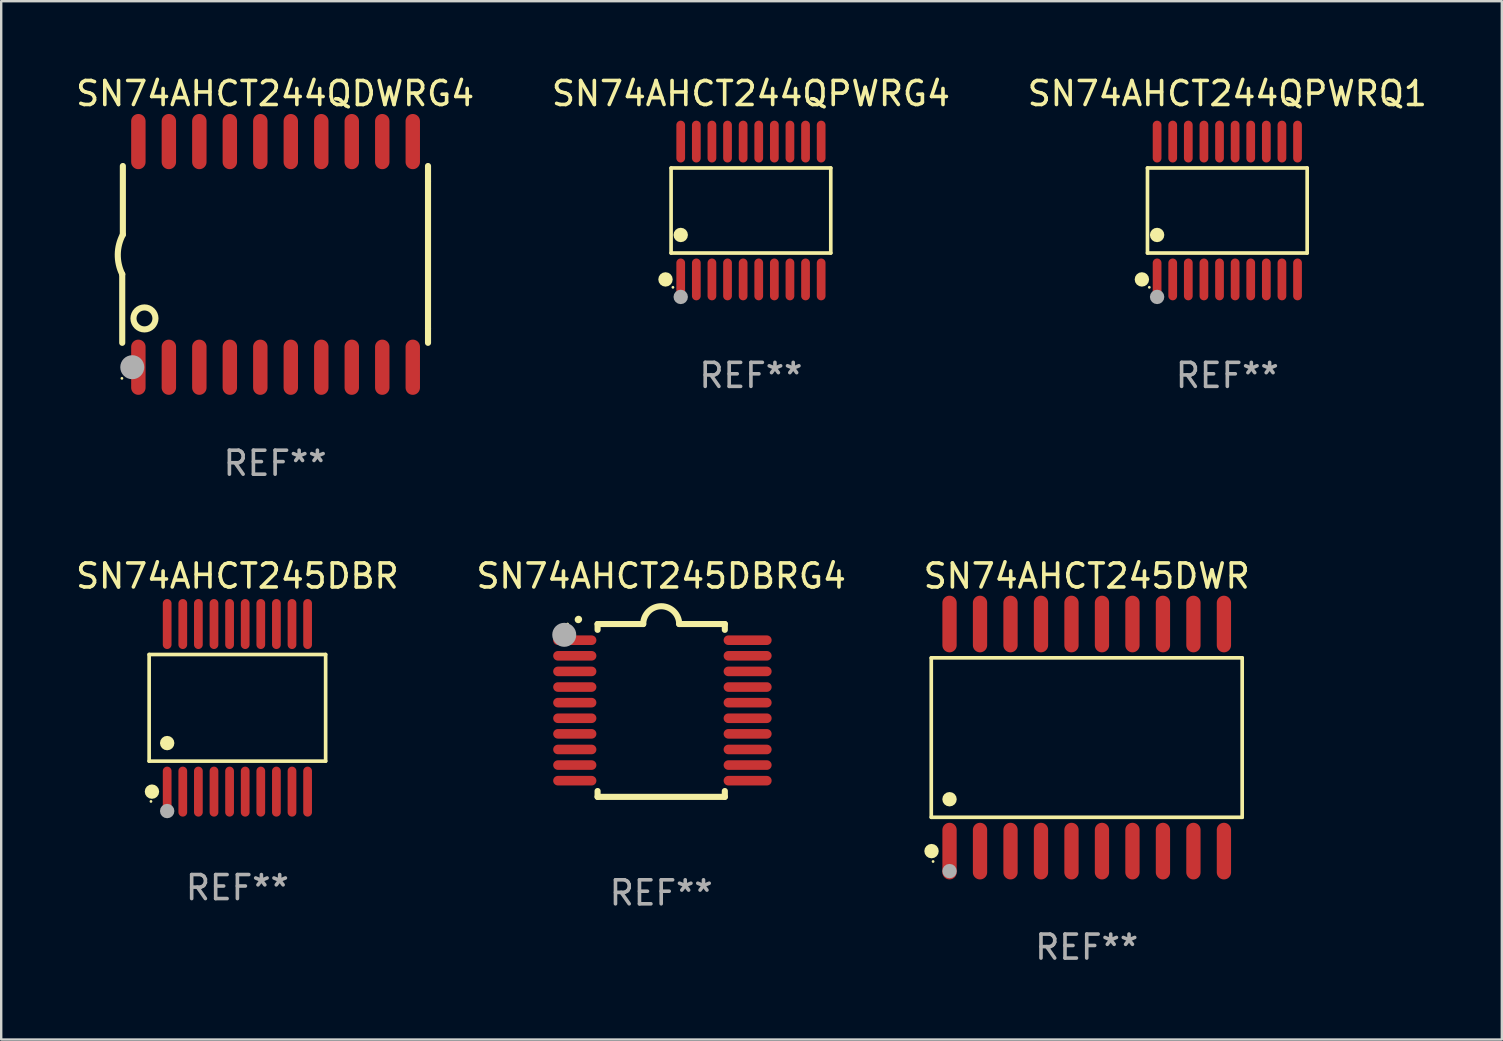
<source format=kicad_pcb>
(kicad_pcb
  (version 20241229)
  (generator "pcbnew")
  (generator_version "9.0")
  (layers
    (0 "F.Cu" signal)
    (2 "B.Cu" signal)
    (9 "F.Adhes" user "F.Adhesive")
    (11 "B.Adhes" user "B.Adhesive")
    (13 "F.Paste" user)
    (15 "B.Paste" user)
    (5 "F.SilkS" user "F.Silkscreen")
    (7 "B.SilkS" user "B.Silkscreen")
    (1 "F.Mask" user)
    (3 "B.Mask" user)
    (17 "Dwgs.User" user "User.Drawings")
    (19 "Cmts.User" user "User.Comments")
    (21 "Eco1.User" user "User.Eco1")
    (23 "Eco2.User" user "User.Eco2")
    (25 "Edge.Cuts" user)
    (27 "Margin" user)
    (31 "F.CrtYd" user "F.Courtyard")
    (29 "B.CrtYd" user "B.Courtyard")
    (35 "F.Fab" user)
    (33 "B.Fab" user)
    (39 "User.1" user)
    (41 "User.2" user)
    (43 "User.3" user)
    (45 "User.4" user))
  (footprint "SN74AHCT244QPWRG4"
    (layer "F.Cu")
    (at 28.232 5.719)
    (property "Reference" "SN74AHCT244QPWRG4" (at 0 -4.871 0) (layer "F.SilkS") (effects (font (size 1 1) (thickness 0.15))))
    (attr through_hole)
    (fp_line (start -3.326 -1.771) (end 3.326 -1.771) (stroke (width 0.152) (type solid)) (layer "F.SilkS"))
    (fp_line (start -3.326 1.771) (end -3.326 -1.771) (stroke (width 0.152) (type solid)) (layer "F.SilkS"))
    (fp_line (start 3.326 -1.771) (end 3.326 1.771) (stroke (width 0.152) (type solid)) (layer "F.SilkS"))
    (fp_line (start 3.326 1.771) (end -3.326 1.771) (stroke (width 0.152) (type solid)) (layer "F.SilkS"))
    (fp_circle (center -3.559 2.871) (end -3.409 2.871) (stroke (width 0.3) (type solid)) (fill no) (layer "F.SilkS"))
    (fp_circle (center -3.25 3.2) (end -3.22 3.2) (stroke (width 0.06) (type solid)) (fill no) (layer "F.SilkS"))
    (fp_circle (center -2.925 1.019) (end -2.775 1.019) (stroke (width 0.3) (type solid)) (fill no) (layer "F.SilkS"))
    (fp_circle (center -2.925 3.6) (end -2.775 3.6) (stroke (width 0.3) (type solid)) (fill no) (layer "F.Fab"))
    (fp_text user "REF**" (at 0 6.871 0) (layer "F.Fab") (effects (font (size 1 1) (thickness 0.15))))
    (pad "1" smd oval (at -2.925 2.871) (size 0.364 1.742) (layers "F.Cu" "F.Mask" "F.Paste"))
    (pad "2" smd oval (at -2.275 2.871) (size 0.364 1.742) (layers "F.Cu" "F.Mask" "F.Paste"))
    (pad "3" smd oval (at -1.625 2.871) (size 0.364 1.742) (layers "F.Cu" "F.Mask" "F.Paste"))
    (pad "4" smd oval (at -0.975 2.871) (size 0.364 1.742) (layers "F.Cu" "F.Mask" "F.Paste"))
    (pad "5" smd oval (at -0.325 2.871) (size 0.364 1.742) (layers "F.Cu" "F.Mask" "F.Paste"))
    (pad "6" smd oval (at 0.325 2.871) (size 0.364 1.742) (layers "F.Cu" "F.Mask" "F.Paste"))
    (pad "7" smd oval (at 0.975 2.871) (size 0.364 1.742) (layers "F.Cu" "F.Mask" "F.Paste"))
    (pad "8" smd oval (at 1.625 2.871) (size 0.364 1.742) (layers "F.Cu" "F.Mask" "F.Paste"))
    (pad "9" smd oval (at 2.275 2.871) (size 0.364 1.742) (layers "F.Cu" "F.Mask" "F.Paste"))
    (pad "10" smd oval (at 2.925 2.871) (size 0.364 1.742) (layers "F.Cu" "F.Mask" "F.Paste"))
    (pad "11" smd oval (at 2.925 -2.871) (size 0.364 1.742) (layers "F.Cu" "F.Mask" "F.Paste"))
    (pad "12" smd oval (at 2.275 -2.871) (size 0.364 1.742) (layers "F.Cu" "F.Mask" "F.Paste"))
    (pad "13" smd oval (at 1.625 -2.871) (size 0.364 1.742) (layers "F.Cu" "F.Mask" "F.Paste"))
    (pad "14" smd oval (at 0.975 -2.871) (size 0.364 1.742) (layers "F.Cu" "F.Mask" "F.Paste"))
    (pad "15" smd oval (at 0.325 -2.871) (size 0.364 1.742) (layers "F.Cu" "F.Mask" "F.Paste"))
    (pad "16" smd oval (at -0.325 -2.871) (size 0.364 1.742) (layers "F.Cu" "F.Mask" "F.Paste"))
    (pad "17" smd oval (at -0.975 -2.871) (size 0.364 1.742) (layers "F.Cu" "F.Mask" "F.Paste"))
    (pad "18" smd oval (at -1.625 -2.871) (size 0.364 1.742) (layers "F.Cu" "F.Mask" "F.Paste"))
    (pad "19" smd oval (at -2.275 -2.871) (size 0.364 1.742) (layers "F.Cu" "F.Mask" "F.Paste"))
    (pad "20" smd oval (at -2.925 -2.871) (size 0.364 1.742) (layers "F.Cu" "F.Mask" "F.Paste")))
  (footprint "SN74AHCT244QPWRQ1"
    (layer "F.Cu")
    (at 48.077 5.719)
    (property "Reference" "SN74AHCT244QPWRQ1" (at 0 -4.871 0) (layer "F.SilkS") (effects (font (size 1 1) (thickness 0.15))))
    (attr through_hole)
    (fp_line (start -3.326 -1.771) (end 3.326 -1.771) (stroke (width 0.152) (type solid)) (layer "F.SilkS"))
    (fp_line (start -3.326 1.771) (end -3.326 -1.771) (stroke (width 0.152) (type solid)) (layer "F.SilkS"))
    (fp_line (start 3.326 -1.771) (end 3.326 1.771) (stroke (width 0.152) (type solid)) (layer "F.SilkS"))
    (fp_line (start 3.326 1.771) (end -3.326 1.771) (stroke (width 0.152) (type solid)) (layer "F.SilkS"))
    (fp_circle (center -3.559 2.871) (end -3.409 2.871) (stroke (width 0.3) (type solid)) (fill no) (layer "F.SilkS"))
    (fp_circle (center -3.25 3.2) (end -3.22 3.2) (stroke (width 0.06) (type solid)) (fill no) (layer "F.SilkS"))
    (fp_circle (center -2.925 1.019) (end -2.775 1.019) (stroke (width 0.3) (type solid)) (fill no) (layer "F.SilkS"))
    (fp_circle (center -2.925 3.6) (end -2.775 3.6) (stroke (width 0.3) (type solid)) (fill no) (layer "F.Fab"))
    (fp_text user "REF**" (at 0 6.871 0) (layer "F.Fab") (effects (font (size 1 1) (thickness 0.15))))
    (pad "1" smd oval (at -2.925 2.871) (size 0.364 1.742) (layers "F.Cu" "F.Mask" "F.Paste"))
    (pad "2" smd oval (at -2.275 2.871) (size 0.364 1.742) (layers "F.Cu" "F.Mask" "F.Paste"))
    (pad "3" smd oval (at -1.625 2.871) (size 0.364 1.742) (layers "F.Cu" "F.Mask" "F.Paste"))
    (pad "4" smd oval (at -0.975 2.871) (size 0.364 1.742) (layers "F.Cu" "F.Mask" "F.Paste"))
    (pad "5" smd oval (at -0.325 2.871) (size 0.364 1.742) (layers "F.Cu" "F.Mask" "F.Paste"))
    (pad "6" smd oval (at 0.325 2.871) (size 0.364 1.742) (layers "F.Cu" "F.Mask" "F.Paste"))
    (pad "7" smd oval (at 0.975 2.871) (size 0.364 1.742) (layers "F.Cu" "F.Mask" "F.Paste"))
    (pad "8" smd oval (at 1.625 2.871) (size 0.364 1.742) (layers "F.Cu" "F.Mask" "F.Paste"))
    (pad "9" smd oval (at 2.275 2.871) (size 0.364 1.742) (layers "F.Cu" "F.Mask" "F.Paste"))
    (pad "10" smd oval (at 2.925 2.871) (size 0.364 1.742) (layers "F.Cu" "F.Mask" "F.Paste"))
    (pad "11" smd oval (at 2.925 -2.871) (size 0.364 1.742) (layers "F.Cu" "F.Mask" "F.Paste"))
    (pad "12" smd oval (at 2.275 -2.871) (size 0.364 1.742) (layers "F.Cu" "F.Mask" "F.Paste"))
    (pad "13" smd oval (at 1.625 -2.871) (size 0.364 1.742) (layers "F.Cu" "F.Mask" "F.Paste"))
    (pad "14" smd oval (at 0.975 -2.871) (size 0.364 1.742) (layers "F.Cu" "F.Mask" "F.Paste"))
    (pad "15" smd oval (at 0.325 -2.871) (size 0.364 1.742) (layers "F.Cu" "F.Mask" "F.Paste"))
    (pad "16" smd oval (at -0.325 -2.871) (size 0.364 1.742) (layers "F.Cu" "F.Mask" "F.Paste"))
    (pad "17" smd oval (at -0.975 -2.871) (size 0.364 1.742) (layers "F.Cu" "F.Mask" "F.Paste"))
    (pad "18" smd oval (at -1.625 -2.871) (size 0.364 1.742) (layers "F.Cu" "F.Mask" "F.Paste"))
    (pad "19" smd oval (at -2.275 -2.871) (size 0.364 1.742) (layers "F.Cu" "F.Mask" "F.Paste"))
    (pad "20" smd oval (at -2.925 -2.871) (size 0.364 1.742) (layers "F.Cu" "F.Mask" "F.Paste")))
  (footprint "SN74AHCT244QDWRG4"
    (layer "F.Cu")
    (at 8.411 7.548)
    (property "Reference" "SN74AHCT244QDWRG4" (at 0 -6.7 0) (layer "F.SilkS") (effects (font (size 1 1) (thickness 0.15))))
    (attr through_hole)
    (fp_line (start -6.369 0.826) (end -6.369 3.683) (stroke (width 0.254) (type solid)) (layer "F.SilkS"))
    (fp_line (start -6.343 -0.825) (end -6.343 -3.683) (stroke (width 0.254) (type solid)) (layer "F.SilkS"))
    (fp_line (start 6.369 -3.048) (end 6.369 -3.683) (stroke (width 0.254) (type solid)) (layer "F.SilkS"))
    (fp_line (start 6.369 -3.048) (end 6.369 3.096) (stroke (width 0.254) (type solid)) (layer "F.SilkS"))
    (fp_line (start 6.369 3.096) (end 6.369 3.683) (stroke (width 0.254) (type solid)) (layer "F.SilkS"))
    (fp_arc (start -6.36853 0.825552) (mid -6.554743 -0.00301) (end -6.343129 -0.825451) (stroke (width 0.254001) (type solid)) (layer "F.SilkS"))
    (fp_circle (center -6.382 5.163) (end -6.352 5.163) (stroke (width 0.06) (type solid)) (fill no) (layer "F.SilkS"))
    (fp_circle (center -5.443 2.667) (end -4.985 2.667) (stroke (width 0.254) (type solid)) (fill no) (layer "F.SilkS"))
    (fp_circle (center -5.951 4.699) (end -5.701 4.699) (stroke (width 0.5) (type solid)) (fill no) (layer "F.Fab"))
    (fp_text user "REF**" (at 0 8.7 0) (layer "F.Fab") (effects (font (size 1 1) (thickness 0.15))))
    (pad "1" smd oval (at -5.697 4.7 180) (size 0.6 2.3) (layers "F.Cu" "F.Mask" "F.Paste"))
    (pad "2" smd oval (at -4.427 4.7 180) (size 0.6 2.3) (layers "F.Cu" "F.Mask" "F.Paste"))
    (pad "3" smd oval (at -3.157 4.7 180) (size 0.6 2.3) (layers "F.Cu" "F.Mask" "F.Paste"))
    (pad "4" smd oval (at -1.887 4.7 180) (size 0.6 2.3) (layers "F.Cu" "F.Mask" "F.Paste"))
    (pad "5" smd oval (at -0.617 4.7 180) (size 0.6 2.3) (layers "F.Cu" "F.Mask" "F.Paste"))
    (pad "6" smd oval (at 0.653 4.7 180) (size 0.6 2.3) (layers "F.Cu" "F.Mask" "F.Paste"))
    (pad "7" smd oval (at 1.923 4.7 180) (size 0.6 2.3) (layers "F.Cu" "F.Mask" "F.Paste"))
    (pad "8" smd oval (at 3.193 4.7 180) (size 0.6 2.3) (layers "F.Cu" "F.Mask" "F.Paste"))
    (pad "9" smd oval (at 4.463 4.7 180) (size 0.6 2.3) (layers "F.Cu" "F.Mask" "F.Paste"))
    (pad "10" smd oval (at 5.734 4.7 180) (size 0.6 2.3) (layers "F.Cu" "F.Mask" "F.Paste"))
    (pad "11" smd oval (at 5.734 -4.7 180) (size 0.6 2.3) (layers "F.Cu" "F.Mask" "F.Paste"))
    (pad "12" smd oval (at 4.463 -4.7 180) (size 0.6 2.3) (layers "F.Cu" "F.Mask" "F.Paste"))
    (pad "13" smd oval (at 3.193 -4.7 180) (size 0.6 2.3) (layers "F.Cu" "F.Mask" "F.Paste"))
    (pad "14" smd oval (at 1.923 -4.7 180) (size 0.6 2.3) (layers "F.Cu" "F.Mask" "F.Paste"))
    (pad "15" smd oval (at 0.653 -4.7 180) (size 0.6 2.3) (layers "F.Cu" "F.Mask" "F.Paste"))
    (pad "16" smd oval (at -0.617 -4.7 180) (size 0.6 2.3) (layers "F.Cu" "F.Mask" "F.Paste"))
    (pad "17" smd oval (at -1.887 -4.7 180) (size 0.6 2.3) (layers "F.Cu" "F.Mask" "F.Paste"))
    (pad "18" smd oval (at -3.157 -4.7 180) (size 0.6 2.3) (layers "F.Cu" "F.Mask" "F.Paste"))
    (pad "19" smd oval (at -4.427 -4.7 180) (size 0.6 2.3) (layers "F.Cu" "F.Mask" "F.Paste"))
    (pad "20" smd oval (at -5.697 -4.7 180) (size 0.6 2.3) (layers "F.Cu" "F.Mask" "F.Paste")))
  (footprint "SN74AHCT245DBRG4"
    (layer "F.Cu")
    (at 24.494 26.545)
    (property "Reference" "SN74AHCT245DBRG4" (at 0 -5.6 0) (layer "F.SilkS") (effects (font (size 1 1) (thickness 0.15))))
    (attr through_hole)
    (fp_line (start -2.65 -3.6) (end -2.65 -3.357) (stroke (width 0.254) (type solid)) (layer "F.SilkS"))
    (fp_line (start -2.65 -3.6) (end -0.75 -3.6) (stroke (width 0.254) (type solid)) (layer "F.SilkS"))
    (fp_line (start -2.65 3.357) (end -2.65 3.6) (stroke (width 0.254) (type solid)) (layer "F.SilkS"))
    (fp_line (start 2.65 -3.6) (end 0.75 -3.6) (stroke (width 0.254) (type solid)) (layer "F.SilkS"))
    (fp_line (start 2.65 -3.6) (end 2.65 -3.357) (stroke (width 0.254) (type solid)) (layer "F.SilkS"))
    (fp_line (start 2.65 3.357) (end 2.65 3.6) (stroke (width 0.254) (type solid)) (layer "F.SilkS"))
    (fp_line (start 2.65 3.6) (end -2.65 3.6) (stroke (width 0.254) (type solid)) (layer "F.SilkS"))
    (fp_arc (start -3.454407 -3.784608) (mid -3.449499 -3.78986) (end -3.444247 -3.794768) (stroke (width 0.3) (type solid)) (layer "F.SilkS"))
    (fp_arc (start -0.749301 -3.599186) (mid -0.000051 -4.348844) (end 0.750013 -3.6) (stroke (width 0.254001) (type solid)) (layer "F.SilkS"))
    (fp_circle (center -3.9 -3.6) (end -3.87 -3.6) (stroke (width 0.06) (type solid)) (fill no) (layer "F.SilkS"))
    (fp_circle (center -4.039 -3.15) (end -3.789 -3.15) (stroke (width 0.5) (type solid)) (fill no) (layer "F.Fab"))
    (fp_text user "REF**" (at 0 7.6 0) (layer "F.Fab") (effects (font (size 1 1) (thickness 0.15))))
    (pad "1" smd oval (at -3.6 -2.926 90) (size 0.4 1.8) (layers "F.Cu" "F.Mask" "F.Paste"))
    (pad "2" smd oval (at -3.6 -2.276 90) (size 0.4 1.8) (layers "F.Cu" "F.Mask" "F.Paste"))
    (pad "3" smd oval (at -3.6 -1.626 90) (size 0.4 1.8) (layers "F.Cu" "F.Mask" "F.Paste"))
    (pad "4" smd oval (at -3.6 -0.975 90) (size 0.4 1.8) (layers "F.Cu" "F.Mask" "F.Paste"))
    (pad "5" smd oval (at -3.6 -0.325 90) (size 0.4 1.8) (layers "F.Cu" "F.Mask" "F.Paste"))
    (pad "6" smd oval (at -3.6 0.325 90) (size 0.4 1.8) (layers "F.Cu" "F.Mask" "F.Paste"))
    (pad "7" smd oval (at -3.6 0.975 90) (size 0.4 1.8) (layers "F.Cu" "F.Mask" "F.Paste"))
    (pad "8" smd oval (at -3.6 1.626 90) (size 0.4 1.8) (layers "F.Cu" "F.Mask" "F.Paste"))
    (pad "9" smd oval (at -3.6 2.276 90) (size 0.4 1.8) (layers "F.Cu" "F.Mask" "F.Paste"))
    (pad "10" smd oval (at -3.6 2.926 90) (size 0.4 1.8) (layers "F.Cu" "F.Mask" "F.Paste"))
    (pad "11" smd oval (at 3.6 2.926 90) (size 0.4 2) (layers "F.Cu" "F.Mask" "F.Paste"))
    (pad "12" smd oval (at 3.6 2.276 90) (size 0.4 2) (layers "F.Cu" "F.Mask" "F.Paste"))
    (pad "13" smd oval (at 3.6 1.626 90) (size 0.4 2) (layers "F.Cu" "F.Mask" "F.Paste"))
    (pad "14" smd oval (at 3.6 0.975 90) (size 0.4 2) (layers "F.Cu" "F.Mask" "F.Paste"))
    (pad "15" smd oval (at 3.6 0.325 90) (size 0.4 2) (layers "F.Cu" "F.Mask" "F.Paste"))
    (pad "16" smd oval (at 3.6 -0.325 90) (size 0.4 2) (layers "F.Cu" "F.Mask" "F.Paste"))
    (pad "17" smd oval (at 3.6 -0.975 90) (size 0.4 2) (layers "F.Cu" "F.Mask" "F.Paste"))
    (pad "18" smd oval (at 3.6 -1.626 90) (size 0.4 2) (layers "F.Cu" "F.Mask" "F.Paste"))
    (pad "19" smd oval (at 3.6 -2.276 90) (size 0.4 2) (layers "F.Cu" "F.Mask" "F.Paste"))
    (pad "20" smd oval (at 3.6 -2.926 90) (size 0.4 2) (layers "F.Cu" "F.Mask" "F.Paste")))
  (footprint "SN74AHCT245DBR"
    (layer "F.Cu")
    (at 6.839 26.436)
    (property "Reference" "SN74AHCT245DBR" (at 0 -5.491 0) (layer "F.SilkS") (effects (font (size 1 1) (thickness 0.15))))
    (attr through_hole)
    (fp_line (start -3.676 -2.221) (end 3.676 -2.221) (stroke (width 0.152) (type solid)) (layer "F.SilkS"))
    (fp_line (start -3.676 2.221) (end -3.676 -2.221) (stroke (width 0.152) (type solid)) (layer "F.SilkS"))
    (fp_line (start 3.676 -2.221) (end 3.676 2.221) (stroke (width 0.152) (type solid)) (layer "F.SilkS"))
    (fp_line (start 3.676 2.221) (end -3.676 2.221) (stroke (width 0.152) (type solid)) (layer "F.SilkS"))
    (fp_circle (center -3.6 3.9) (end -3.57 3.9) (stroke (width 0.06) (type solid)) (fill no) (layer "F.SilkS"))
    (fp_circle (center -3.559 3.491) (end -3.409 3.491) (stroke (width 0.3) (type solid)) (fill no) (layer "F.SilkS"))
    (fp_circle (center -2.925 1.469) (end -2.775 1.469) (stroke (width 0.3) (type solid)) (fill no) (layer "F.SilkS"))
    (fp_circle (center -2.925 4.3) (end -2.775 4.3) (stroke (width 0.3) (type solid)) (fill no) (layer "F.Fab"))
    (fp_text user "REF**" (at 0 7.491 0) (layer "F.Fab") (effects (font (size 1 1) (thickness 0.15))))
    (pad "1" smd oval (at -2.925 3.491) (size 0.364 2.082) (layers "F.Cu" "F.Mask" "F.Paste"))
    (pad "2" smd oval (at -2.275 3.491) (size 0.364 2.082) (layers "F.Cu" "F.Mask" "F.Paste"))
    (pad "3" smd oval (at -1.625 3.491) (size 0.364 2.082) (layers "F.Cu" "F.Mask" "F.Paste"))
    (pad "4" smd oval (at -0.975 3.491) (size 0.364 2.082) (layers "F.Cu" "F.Mask" "F.Paste"))
    (pad "5" smd oval (at -0.325 3.491) (size 0.364 2.082) (layers "F.Cu" "F.Mask" "F.Paste"))
    (pad "6" smd oval (at 0.325 3.491) (size 0.364 2.082) (layers "F.Cu" "F.Mask" "F.Paste"))
    (pad "7" smd oval (at 0.975 3.491) (size 0.364 2.082) (layers "F.Cu" "F.Mask" "F.Paste"))
    (pad "8" smd oval (at 1.625 3.491) (size 0.364 2.082) (layers "F.Cu" "F.Mask" "F.Paste"))
    (pad "9" smd oval (at 2.275 3.491) (size 0.364 2.082) (layers "F.Cu" "F.Mask" "F.Paste"))
    (pad "10" smd oval (at 2.925 3.491) (size 0.364 2.082) (layers "F.Cu" "F.Mask" "F.Paste"))
    (pad "11" smd oval (at 2.925 -3.491) (size 0.364 2.082) (layers "F.Cu" "F.Mask" "F.Paste"))
    (pad "12" smd oval (at 2.275 -3.491) (size 0.364 2.082) (layers "F.Cu" "F.Mask" "F.Paste"))
    (pad "13" smd oval (at 1.625 -3.491) (size 0.364 2.082) (layers "F.Cu" "F.Mask" "F.Paste"))
    (pad "14" smd oval (at 0.975 -3.491) (size 0.364 2.082) (layers "F.Cu" "F.Mask" "F.Paste"))
    (pad "15" smd oval (at 0.325 -3.491) (size 0.364 2.082) (layers "F.Cu" "F.Mask" "F.Paste"))
    (pad "16" smd oval (at -0.325 -3.491) (size 0.364 2.082) (layers "F.Cu" "F.Mask" "F.Paste"))
    (pad "17" smd oval (at -0.975 -3.491) (size 0.364 2.082) (layers "F.Cu" "F.Mask" "F.Paste"))
    (pad "18" smd oval (at -1.625 -3.491) (size 0.364 2.082) (layers "F.Cu" "F.Mask" "F.Paste"))
    (pad "19" smd oval (at -2.275 -3.491) (size 0.364 2.082) (layers "F.Cu" "F.Mask" "F.Paste"))
    (pad "20" smd oval (at -2.925 -3.491) (size 0.364 2.082) (layers "F.Cu" "F.Mask" "F.Paste")))
  (footprint "SN74AHCT245DWR"
    (layer "F.Cu")
    (at 42.22 27.675)
    (property "Reference" "SN74AHCT245DWR" (at 0 -6.73 0) (layer "F.SilkS") (effects (font (size 1 1) (thickness 0.15))))
    (attr through_hole)
    (fp_line (start -6.476 -3.321) (end 6.476 -3.321) (stroke (width 0.152) (type solid)) (layer "F.SilkS"))
    (fp_line (start -6.476 3.321) (end -6.476 -3.321) (stroke (width 0.152) (type solid)) (layer "F.SilkS"))
    (fp_line (start 6.476 -3.321) (end 6.476 3.321) (stroke (width 0.152) (type solid)) (layer "F.SilkS"))
    (fp_line (start 6.476 3.321) (end -6.476 3.321) (stroke (width 0.152) (type solid)) (layer "F.SilkS"))
    (fp_circle (center -6.465 4.73) (end -6.315 4.73) (stroke (width 0.3) (type solid)) (fill no) (layer "F.SilkS"))
    (fp_circle (center -6.4 5.163) (end -6.37 5.163) (stroke (width 0.06) (type solid)) (fill no) (layer "F.SilkS"))
    (fp_circle (center -5.715 2.569) (end -5.565 2.569) (stroke (width 0.3) (type solid)) (fill no) (layer "F.SilkS"))
    (fp_circle (center -5.715 5.563) (end -5.565 5.563) (stroke (width 0.3) (type solid)) (fill no) (layer "F.Fab"))
    (fp_text user "REF**" (at 0 8.73 0) (layer "F.Fab") (effects (font (size 1 1) (thickness 0.15))))
    (pad "1" smd oval (at -5.715 4.73) (size 0.595 2.36) (layers "F.Cu" "F.Mask" "F.Paste"))
    (pad "2" smd oval (at -4.445 4.73) (size 0.595 2.36) (layers "F.Cu" "F.Mask" "F.Paste"))
    (pad "3" smd oval (at -3.175 4.73) (size 0.595 2.36) (layers "F.Cu" "F.Mask" "F.Paste"))
    (pad "4" smd oval (at -1.905 4.73) (size 0.595 2.36) (layers "F.Cu" "F.Mask" "F.Paste"))
    (pad "5" smd oval (at -0.635 4.73) (size 0.595 2.36) (layers "F.Cu" "F.Mask" "F.Paste"))
    (pad "6" smd oval (at 0.635 4.73) (size 0.595 2.36) (layers "F.Cu" "F.Mask" "F.Paste"))
    (pad "7" smd oval (at 1.905 4.73) (size 0.595 2.36) (layers "F.Cu" "F.Mask" "F.Paste"))
    (pad "8" smd oval (at 3.175 4.73) (size 0.595 2.36) (layers "F.Cu" "F.Mask" "F.Paste"))
    (pad "9" smd oval (at 4.445 4.73) (size 0.595 2.36) (layers "F.Cu" "F.Mask" "F.Paste"))
    (pad "10" smd oval (at 5.715 4.73) (size 0.595 2.36) (layers "F.Cu" "F.Mask" "F.Paste"))
    (pad "11" smd oval (at 5.715 -4.73) (size 0.595 2.36) (layers "F.Cu" "F.Mask" "F.Paste"))
    (pad "12" smd oval (at 4.445 -4.73) (size 0.595 2.36) (layers "F.Cu" "F.Mask" "F.Paste"))
    (pad "13" smd oval (at 3.175 -4.73) (size 0.595 2.36) (layers "F.Cu" "F.Mask" "F.Paste"))
    (pad "14" smd oval (at 1.905 -4.73) (size 0.595 2.36) (layers "F.Cu" "F.Mask" "F.Paste"))
    (pad "15" smd oval (at 0.635 -4.73) (size 0.595 2.36) (layers "F.Cu" "F.Mask" "F.Paste"))
    (pad "16" smd oval (at -0.635 -4.73) (size 0.595 2.36) (layers "F.Cu" "F.Mask" "F.Paste"))
    (pad "17" smd oval (at -1.905 -4.73) (size 0.595 2.36) (layers "F.Cu" "F.Mask" "F.Paste"))
    (pad "18" smd oval (at -3.175 -4.73) (size 0.595 2.36) (layers "F.Cu" "F.Mask" "F.Paste"))
    (pad "19" smd oval (at -4.445 -4.73) (size 0.595 2.36) (layers "F.Cu" "F.Mask" "F.Paste"))
    (pad "20" smd oval (at -5.715 -4.73) (size 0.595 2.36) (layers "F.Cu" "F.Mask" "F.Paste")))
  (gr_rect
    (start -3 -3)
    (end 59.512 40.253)
    (stroke (width 0.1) (type default))
    (fill no)
    (layer "Edge.Cuts")))
</source>
